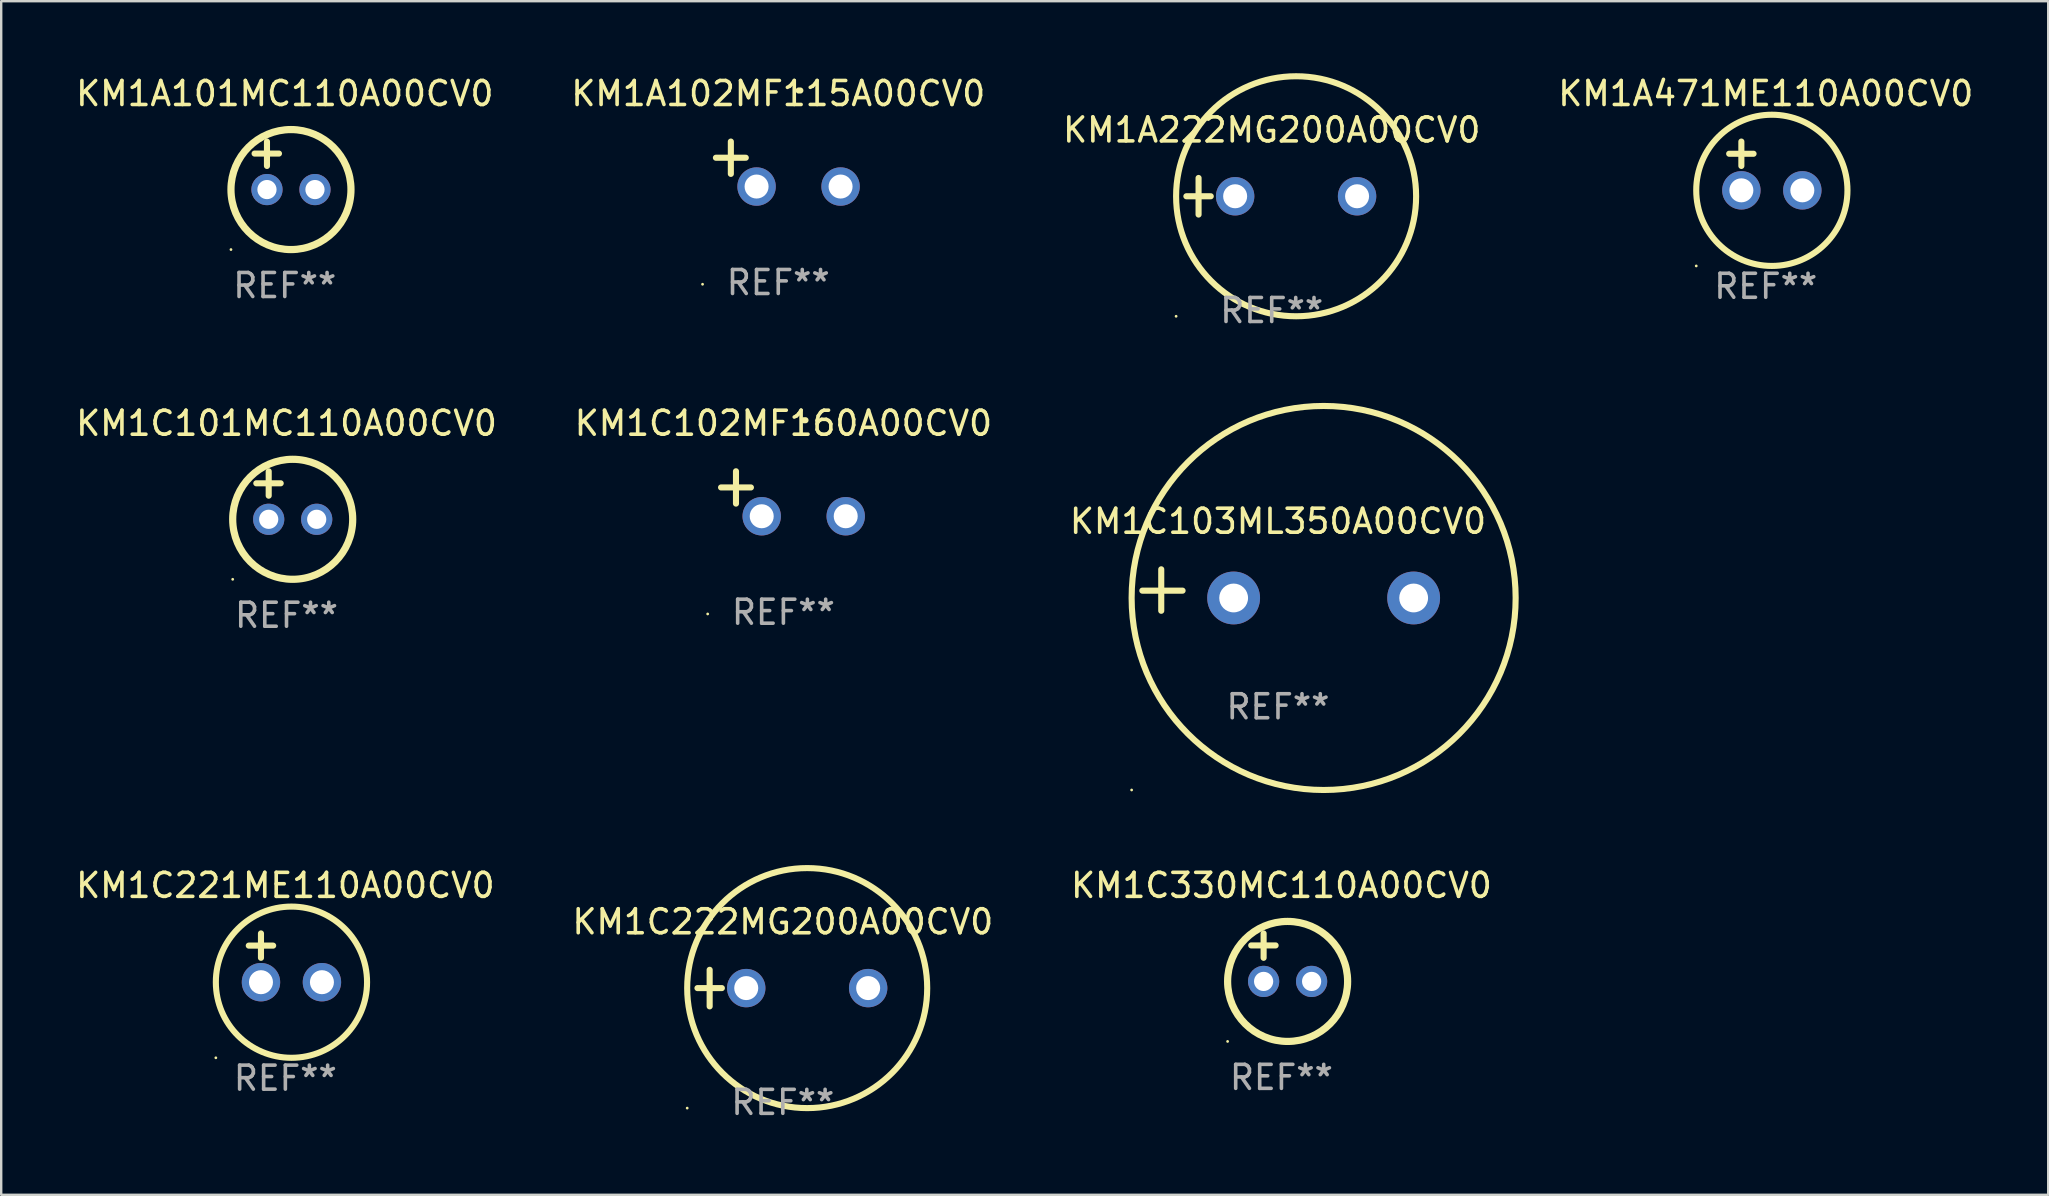
<source format=kicad_pcb>
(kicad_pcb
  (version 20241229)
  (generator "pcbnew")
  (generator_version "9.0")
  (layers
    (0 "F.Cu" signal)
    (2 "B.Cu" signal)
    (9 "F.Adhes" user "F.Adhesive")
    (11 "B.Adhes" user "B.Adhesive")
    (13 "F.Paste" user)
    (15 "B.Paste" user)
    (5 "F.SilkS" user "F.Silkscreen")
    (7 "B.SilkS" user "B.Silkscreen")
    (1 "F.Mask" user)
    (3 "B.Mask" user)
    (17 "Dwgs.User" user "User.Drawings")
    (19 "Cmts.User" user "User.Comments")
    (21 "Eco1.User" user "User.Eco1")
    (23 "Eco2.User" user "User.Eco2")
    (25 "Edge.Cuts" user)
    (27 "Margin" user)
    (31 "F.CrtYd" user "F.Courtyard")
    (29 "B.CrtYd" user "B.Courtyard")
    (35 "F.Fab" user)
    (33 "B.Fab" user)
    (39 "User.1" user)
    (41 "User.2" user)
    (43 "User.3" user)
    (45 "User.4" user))
  (footprint "KM1C330MC110A00CV0"
    (layer "F.Cu")
    (at 50.339 36.84)
    (property "Reference" "KM1C330MC110A00CV0" (at 0 -3 0) (layer "F.SilkS") (effects (font (size 1 1) (thickness 0.15))))
    (attr through_hole)
    (fp_line (start -1.258 -0.5) (end -0.242 -0.5) (stroke (width 0.254) (type solid)) (layer "F.SilkS"))
    (fp_line (start -0.742 -1) (end -0.742 0.016) (stroke (width 0.254) (type solid)) (layer "F.SilkS"))
    (fp_circle (center -2.242 3.5) (end -2.212 3.5) (stroke (width 0.06) (type solid)) (fill no) (layer "F.SilkS"))
    (fp_circle (center 0.258 1) (end 2.758 1) (stroke (width 0.3) (type solid)) (fill no) (layer "F.SilkS"))
    (fp_text user "REF**" (at 0 5 0) (layer "F.Fab") (effects (font (size 1 1) (thickness 0.15))))
    (pad "1" thru_hole circle (at -0.742 1) (size 1.3 1.3) (drill 0.8) (layers "*.Cu" "*.Mask"))
    (pad "2" thru_hole circle (at 1.258 1) (size 1.3 1.3) (drill 0.8) (layers "*.Cu" "*.Mask")))
  (footprint "KM1A471ME110A00CV0"
    (layer "F.Cu")
    (at 70.518 3.864)
    (property "Reference" "KM1A471ME110A00CV0" (at 0 -3.016 0) (layer "F.SilkS") (effects (font (size 1 1) (thickness 0.15))))
    (attr through_hole)
    (fp_line (start -1.524 -0.508) (end -0.508 -0.508) (stroke (width 0.254) (type solid)) (layer "F.SilkS"))
    (fp_line (start -1.016 -1.016) (end -1.016 0) (stroke (width 0.254) (type solid)) (layer "F.SilkS"))
    (fp_circle (center -2.896 4.166) (end -2.866 4.166) (stroke (width 0.06) (type solid)) (fill no) (layer "F.SilkS"))
    (fp_circle (center 0.254 1.016) (end 3.404 1.016) (stroke (width 0.254) (type solid)) (fill no) (layer "F.SilkS"))
    (fp_text user "REF**" (at 0 5.016 0) (layer "F.Fab") (effects (font (size 1 1) (thickness 0.15))))
    (pad "1" thru_hole circle (at -1.016 1.016) (size 1.6 1.6) (drill 1) (layers "*.Cu" "*.Mask"))
    (pad "2" thru_hole circle (at 1.524 1.016) (size 1.6 1.6) (drill 1) (layers "*.Cu" "*.Mask")))
  (footprint "KM1C222MG200A00CV0"
    (layer "F.Cu")
    (at 29.565 38.118)
    (property "Reference" "KM1C222MG200A00CV0" (at 0 -2.762 0) (layer "F.SilkS") (effects (font (size 1 1) (thickness 0.15))))
    (attr through_hole)
    (fp_line (start -3.556 0) (end -2.54 0) (stroke (width 0.254) (type solid)) (layer "F.SilkS"))
    (fp_line (start -3.048 -0.762) (end -3.048 0.762) (stroke (width 0.254) (type solid)) (layer "F.SilkS"))
    (fp_circle (center -3.984 5) (end -3.954 5) (stroke (width 0.06) (type solid)) (fill no) (layer "F.SilkS"))
    (fp_circle (center 1.016 0) (end 6.016 0) (stroke (width 0.254) (type solid)) (fill no) (layer "F.SilkS"))
    (fp_text user "REF**" (at 0 4.762 0) (layer "F.Fab") (effects (font (size 1 1) (thickness 0.15))))
    (pad "1" thru_hole circle (at -1.524 0) (size 1.6 1.6) (drill 1) (layers "*.Cu" "*.Mask"))
    (pad "2" thru_hole circle (at 3.556 0) (size 1.6 1.6) (drill 1) (layers "*.Cu" "*.Mask")))
  (footprint "KM1C102MF160A00CV0"
    (layer "F.Cu")
    (at 29.589 17.522)
    (property "Reference" "KM1C102MF160A00CV0" (at 0 -2.937 0) (layer "F.SilkS") (effects (font (size 1 1) (thickness 0.15))))
    (attr through_hole)
    (fp_line (start -1.975 0.41) (end -1.975 -0.937) (stroke (width 0.254) (type solid)) (layer "F.SilkS"))
    (fp_line (start -1.353 -0.263) (end -2.597 -0.263) (stroke (width 0.254) (type solid)) (layer "F.SilkS"))
    (fp_arc (start 0.849809 -3.063957) (mid 0.885369 -3.064114) (end 0.920929 -3.063957) (stroke (width 0.254001) (type solid)) (layer "F.SilkS"))
    (fp_circle (center -3.154 5.008) (end -3.124 5.008) (stroke (width 0.06) (type solid)) (fill no) (layer "F.SilkS"))
    (fp_text user "REF**" (at 0 4.937 0) (layer "F.Fab") (effects (font (size 1 1) (thickness 0.15))))
    (pad "1" thru_hole circle (at -0.903 0.937) (size 1.6 1.6) (drill 1) (layers "*.Cu" "*.Mask"))
    (pad "2" thru_hole circle (at 2.597 0.937) (size 1.6 1.6) (drill 1) (layers "*.Cu" "*.Mask")))
  (footprint "KM1A102MF115A00CV0"
    (layer "F.Cu")
    (at 29.375 3.785)
    (property "Reference" "KM1A102MF115A00CV0" (at 0 -2.937 0) (layer "F.SilkS") (effects (font (size 1 1) (thickness 0.15))))
    (attr through_hole)
    (fp_line (start -1.975 0.41) (end -1.975 -0.937) (stroke (width 0.254) (type solid)) (layer "F.SilkS"))
    (fp_line (start -1.353 -0.263) (end -2.597 -0.263) (stroke (width 0.254) (type solid)) (layer "F.SilkS"))
    (fp_arc (start 0.849809 -3.063957) (mid 0.885369 -3.064114) (end 0.920929 -3.063957) (stroke (width 0.254001) (type solid)) (layer "F.SilkS"))
    (fp_circle (center -3.154 5.008) (end -3.124 5.008) (stroke (width 0.06) (type solid)) (fill no) (layer "F.SilkS"))
    (fp_text user "REF**" (at 0 4.937 0) (layer "F.Fab") (effects (font (size 1 1) (thickness 0.15))))
    (pad "1" thru_hole circle (at -0.903 0.937) (size 1.6 1.6) (drill 1) (layers "*.Cu" "*.Mask"))
    (pad "2" thru_hole circle (at 2.597 0.937) (size 1.6 1.6) (drill 1) (layers "*.Cu" "*.Mask")))
  (footprint "KM1C101MC110A00CV0"
    (layer "F.Cu")
    (at 8.887 17.586)
    (property "Reference" "KM1C101MC110A00CV0" (at 0 -3 0) (layer "F.SilkS") (effects (font (size 1 1) (thickness 0.15))))
    (attr through_hole)
    (fp_line (start -1.258 -0.5) (end -0.242 -0.5) (stroke (width 0.254) (type solid)) (layer "F.SilkS"))
    (fp_line (start -0.742 -1) (end -0.742 0.016) (stroke (width 0.254) (type solid)) (layer "F.SilkS"))
    (fp_circle (center -2.242 3.5) (end -2.212 3.5) (stroke (width 0.06) (type solid)) (fill no) (layer "F.SilkS"))
    (fp_circle (center 0.258 1) (end 2.758 1) (stroke (width 0.3) (type solid)) (fill no) (layer "F.SilkS"))
    (fp_text user "REF**" (at 0 5 0) (layer "F.Fab") (effects (font (size 1 1) (thickness 0.15))))
    (pad "1" thru_hole circle (at -0.742 1) (size 1.3 1.3) (drill 0.8) (layers "*.Cu" "*.Mask"))
    (pad "2" thru_hole circle (at 1.258 1) (size 1.3 1.3) (drill 0.8) (layers "*.Cu" "*.Mask")))
  (footprint "KM1A222MG200A00CV0"
    (layer "F.Cu")
    (at 49.935 5.127)
    (property "Reference" "KM1A222MG200A00CV0" (at 0 -2.762 0) (layer "F.SilkS") (effects (font (size 1 1) (thickness 0.15))))
    (attr through_hole)
    (fp_line (start -3.556 0) (end -2.54 0) (stroke (width 0.254) (type solid)) (layer "F.SilkS"))
    (fp_line (start -3.048 -0.762) (end -3.048 0.762) (stroke (width 0.254) (type solid)) (layer "F.SilkS"))
    (fp_circle (center -3.984 5) (end -3.954 5) (stroke (width 0.06) (type solid)) (fill no) (layer "F.SilkS"))
    (fp_circle (center 1.016 0) (end 6.016 0) (stroke (width 0.254) (type solid)) (fill no) (layer "F.SilkS"))
    (fp_text user "REF**" (at 0 4.762 0) (layer "F.Fab") (effects (font (size 1 1) (thickness 0.15))))
    (pad "1" thru_hole circle (at -1.524 0) (size 1.6 1.6) (drill 1) (layers "*.Cu" "*.Mask"))
    (pad "2" thru_hole circle (at 3.556 0) (size 1.6 1.6) (drill 1) (layers "*.Cu" "*.Mask")))
  (footprint "KM1C103ML350A00CV0"
    (layer "F.Cu")
    (at 50.196 21.534)
    (property "Reference" "KM1C103ML350A00CV0" (at 0 -2.864 0) (layer "F.SilkS") (effects (font (size 1 1) (thickness 0.15))))
    (attr through_hole)
    (fp_line (start -4.864 0.864) (end -4.864 -0.864) (stroke (width 0.254) (type solid)) (layer "F.SilkS"))
    (fp_line (start -3.975 0.025) (end -5.652 0.025) (stroke (width 0.254) (type solid)) (layer "F.SilkS"))
    (fp_circle (center -6.098 8.33) (end -6.068 8.33) (stroke (width 0.06) (type solid)) (fill no) (layer "F.SilkS"))
    (fp_circle (center 1.902 0.33) (end 9.902 0.33) (stroke (width 0.254) (type solid)) (fill no) (layer "F.SilkS"))
    (fp_text user "REF**" (at 0 4.864 0) (layer "F.Fab") (effects (font (size 1 1) (thickness 0.15))))
    (pad "1" thru_hole circle (at -1.848 0.33) (size 2.2 2.2) (drill 1.2) (layers "*.Cu" "*.Mask"))
    (pad "2" thru_hole circle (at 5.652 0.33) (size 2.2 2.2) (drill 1.2) (layers "*.Cu" "*.Mask")))
  (footprint "KM1A101MC110A00CV0"
    (layer "F.Cu")
    (at 8.815 3.848)
    (property "Reference" "KM1A101MC110A00CV0" (at 0 -3 0) (layer "F.SilkS") (effects (font (size 1 1) (thickness 0.15))))
    (attr through_hole)
    (fp_line (start -1.258 -0.5) (end -0.242 -0.5) (stroke (width 0.254) (type solid)) (layer "F.SilkS"))
    (fp_line (start -0.742 -1) (end -0.742 0.016) (stroke (width 0.254) (type solid)) (layer "F.SilkS"))
    (fp_circle (center -2.242 3.5) (end -2.212 3.5) (stroke (width 0.06) (type solid)) (fill no) (layer "F.SilkS"))
    (fp_circle (center 0.258 1) (end 2.758 1) (stroke (width 0.3) (type solid)) (fill no) (layer "F.SilkS"))
    (fp_text user "REF**" (at 0 5 0) (layer "F.Fab") (effects (font (size 1 1) (thickness 0.15))))
    (pad "1" thru_hole circle (at -0.742 1) (size 1.3 1.3) (drill 0.8) (layers "*.Cu" "*.Mask"))
    (pad "2" thru_hole circle (at 1.258 1) (size 1.3 1.3) (drill 0.8) (layers "*.Cu" "*.Mask")))
  (footprint "KM1C221ME110A00CV0"
    (layer "F.Cu")
    (at 8.839 36.856)
    (property "Reference" "KM1C221ME110A00CV0" (at 0 -3.016 0) (layer "F.SilkS") (effects (font (size 1 1) (thickness 0.15))))
    (attr through_hole)
    (fp_line (start -1.524 -0.508) (end -0.508 -0.508) (stroke (width 0.254) (type solid)) (layer "F.SilkS"))
    (fp_line (start -1.016 -1.016) (end -1.016 0) (stroke (width 0.254) (type solid)) (layer "F.SilkS"))
    (fp_circle (center -2.896 4.166) (end -2.866 4.166) (stroke (width 0.06) (type solid)) (fill no) (layer "F.SilkS"))
    (fp_circle (center 0.254 1.016) (end 3.404 1.016) (stroke (width 0.254) (type solid)) (fill no) (layer "F.SilkS"))
    (fp_text user "REF**" (at 0 5.016 0) (layer "F.Fab") (effects (font (size 1 1) (thickness 0.15))))
    (pad "1" thru_hole circle (at -1.016 1.016) (size 1.6 1.6) (drill 1) (layers "*.Cu" "*.Mask"))
    (pad "2" thru_hole circle (at 1.524 1.016) (size 1.6 1.6) (drill 1) (layers "*.Cu" "*.Mask")))
  (gr_rect
    (start -3 -3)
    (end 82.286 46.729)
    (stroke (width 0.1) (type default))
    (fill no)
    (layer "Edge.Cuts")))
</source>
